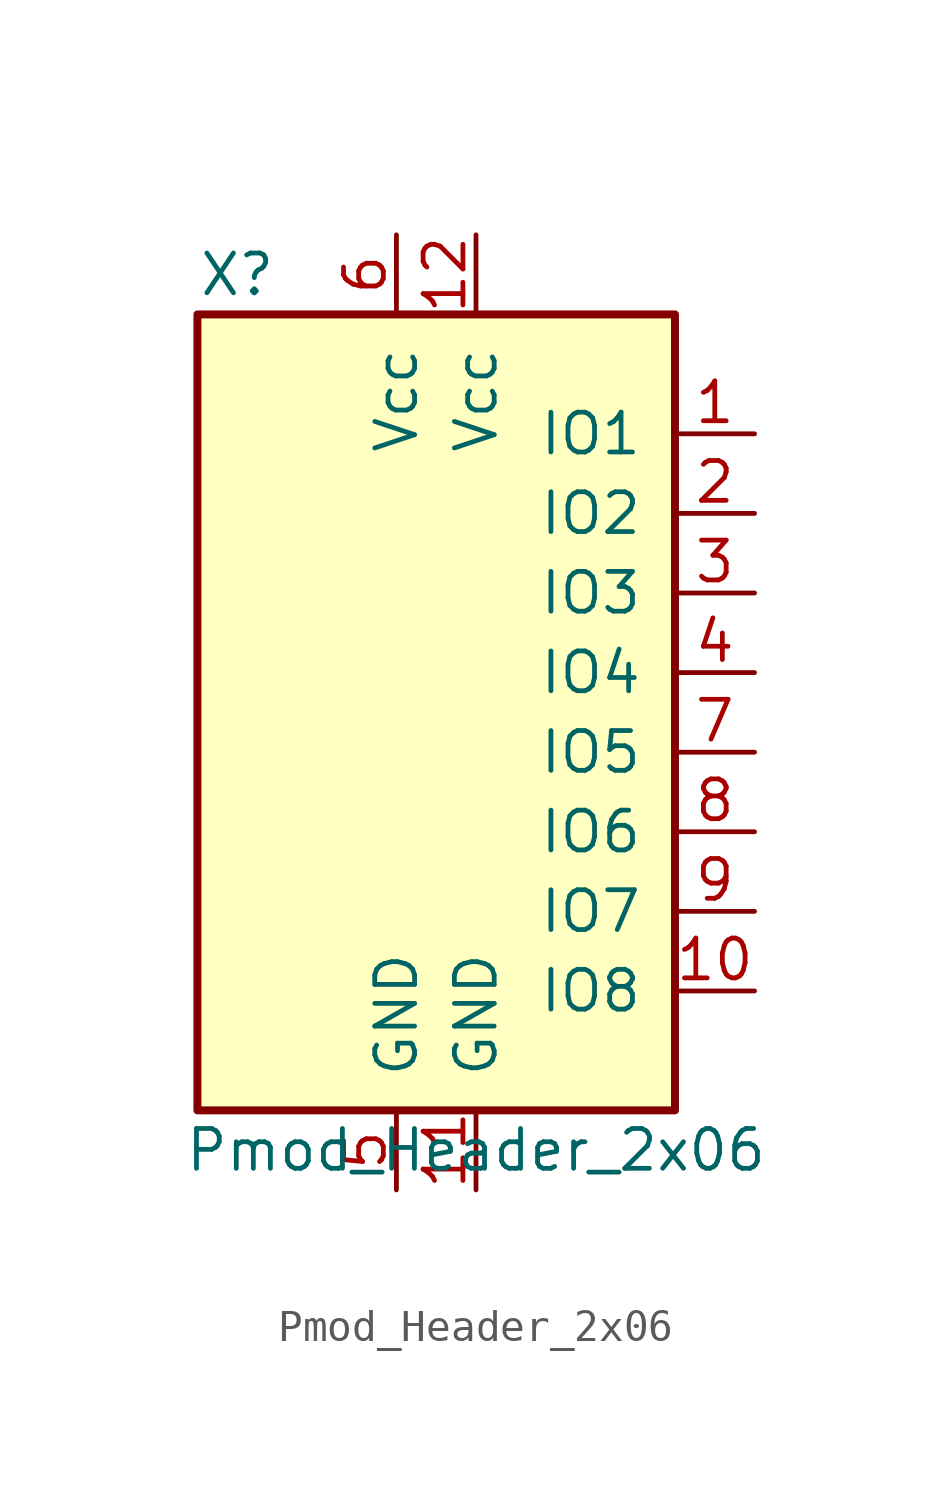
<source format=kicad_sym>
(kicad_symbol_lib
  (version 20231120)
  (generator "kicad_symbol_editor")
  (generator_version "8.0")
  (symbol "Pmod_Header_2x06"
    (pin_names
      (offset 1.016))
    (property "Reference" "X"
      (at -6.35 13.97 0)
      (effects (font (size 1.27 1.27))))
    (property "Value" "Pmod_Header_2x06"
      (at 1.27 -13.97 0)
      (effects (font (size 1.27 1.27))))
    (symbol "Pmod_Header_2x06_1_1"
      (rectangle (start -7.62 12.7) (end 7.62 -12.7) (stroke (width 0.254) (type solid)) (fill (type background)))
      (pin bidirectional line (at 10.16 8.89 180) (length 2.54) (name "IO1" (effects (font (size 1.27 1.27)))) (number "1" (effects (font (size 1.27 1.27)))))
      (pin bidirectional line (at 10.16 -8.89 180) (length 2.54) (name "IO8" (effects (font (size 1.27 1.27)))) (number "10" (effects (font (size 1.27 1.27)))))
      (pin passive line (at 1.27 -15.24 90) (length 2.54) (name "GND" (effects (font (size 1.27 1.27)))) (number "11" (effects (font (size 1.27 1.27)))))
      (pin power_in line (at 1.27 15.24 270) (length 2.54) (name "Vcc" (effects (font (size 1.27 1.27)))) (number "12" (effects (font (size 1.27 1.27)))))
      (pin bidirectional line (at 10.16 6.35 180) (length 2.54) (name "IO2" (effects (font (size 1.27 1.27)))) (number "2" (effects (font (size 1.27 1.27)))))
      (pin bidirectional line (at 10.16 3.81 180) (length 2.54) (name "IO3" (effects (font (size 1.27 1.27)))) (number "3" (effects (font (size 1.27 1.27)))))
      (pin bidirectional line (at 10.16 1.27 180) (length 2.54) (name "IO4" (effects (font (size 1.27 1.27)))) (number "4" (effects (font (size 1.27 1.27)))))
      (pin passive line (at -1.27 -15.24 90) (length 2.54) (name "GND" (effects (font (size 1.27 1.27)))) (number "5" (effects (font (size 1.27 1.27)))))
      (pin power_in line (at -1.27 15.24 270) (length 2.54) (name "Vcc" (effects (font (size 1.27 1.27)))) (number "6" (effects (font (size 1.27 1.27)))))
      (pin bidirectional line (at 10.16 -1.27 180) (length 2.54) (name "IO5" (effects (font (size 1.27 1.27)))) (number "7" (effects (font (size 1.27 1.27)))))
      (pin bidirectional line (at 10.16 -3.81 180) (length 2.54) (name "IO6" (effects (font (size 1.27 1.27)))) (number "8" (effects (font (size 1.27 1.27)))))
      (pin bidirectional line (at 10.16 -6.35 180) (length 2.54) (name "IO7" (effects (font (size 1.27 1.27)))) (number "9" (effects (font (size 1.27 1.27))))))))
</source>
